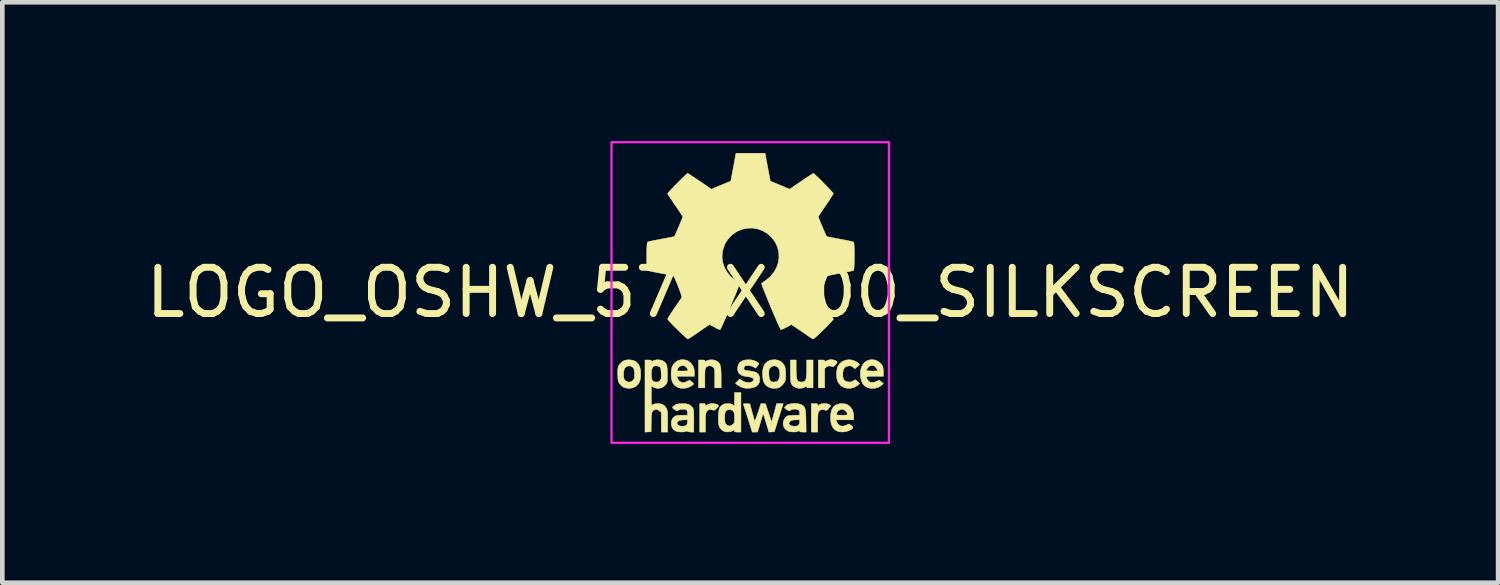
<source format=kicad_pcb>
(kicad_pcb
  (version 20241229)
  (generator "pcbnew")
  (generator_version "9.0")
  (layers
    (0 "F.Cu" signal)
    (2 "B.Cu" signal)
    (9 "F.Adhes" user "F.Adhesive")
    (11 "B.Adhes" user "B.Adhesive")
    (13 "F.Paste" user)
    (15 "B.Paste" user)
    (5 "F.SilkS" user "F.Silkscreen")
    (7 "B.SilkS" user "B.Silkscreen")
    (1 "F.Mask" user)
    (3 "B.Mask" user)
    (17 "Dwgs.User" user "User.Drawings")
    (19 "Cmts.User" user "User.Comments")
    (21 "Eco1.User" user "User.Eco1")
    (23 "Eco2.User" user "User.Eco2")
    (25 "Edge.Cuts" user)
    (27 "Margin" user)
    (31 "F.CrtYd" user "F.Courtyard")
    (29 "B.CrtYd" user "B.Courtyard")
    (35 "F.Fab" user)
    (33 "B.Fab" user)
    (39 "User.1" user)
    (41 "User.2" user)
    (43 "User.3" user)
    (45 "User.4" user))
  (footprint "LOGO_OSHW_570X600_SILKSCREEN"
    (layer "F.Cu")
    (at 13.173 3.275)
    (property "Reference" "LOGO_OSHW_570X600_SILKSCREEN" (at 0 0 0) (layer "F.SilkS") (effects (font (size 1 1) (thickness 0.15))))
    (attr exclude_from_pos_files exclude_from_bom)
    (fp_poly (pts (xy 1.799 1.458) (xy 1.843 1.471) (xy 1.871 1.488) (xy 1.88 1.501) (xy 1.877 1.517) (xy 1.861 1.541) (xy 1.847 1.559) (xy 1.819 1.59) (xy 1.798 1.604) (xy 1.78 1.603) (xy 1.726 1.589) (xy 1.687 1.59) (xy 1.655 1.605) (xy 1.644 1.614) (xy 1.61 1.646) (xy 1.61 2.062) (xy 1.471 2.062) (xy 1.471 1.459) (xy 1.54 1.459) (xy 1.582 1.46) (xy 1.603 1.466) (xy 1.61 1.477) (xy 1.61 1.478) (xy 1.612 1.49) (xy 1.626 1.488) (xy 1.644 1.48) (xy 1.682 1.464) (xy 1.713 1.454) (xy 1.753 1.451) (xy 1.799 1.458)) (stroke (width 0.01) (type solid)) (fill yes) (layer "F.SilkS"))
    (fp_poly (pts (xy 1.635 2.401) (xy 1.684 2.411) (xy 1.711 2.425) (xy 1.74 2.449) (xy 1.699 2.501) (xy 1.673 2.532) (xy 1.656 2.547) (xy 1.639 2.55) (xy 1.614 2.542) (xy 1.602 2.538) (xy 1.554 2.532) (xy 1.51 2.545) (xy 1.478 2.576) (xy 1.473 2.585) (xy 1.467 2.611) (xy 1.463 2.659) (xy 1.46 2.725) (xy 1.459 2.806) (xy 1.459 2.817) (xy 1.459 3.018) (xy 1.32 3.018) (xy 1.32 2.402) (xy 1.389 2.402) (xy 1.429 2.403) (xy 1.45 2.407) (xy 1.458 2.418) (xy 1.459 2.428) (xy 1.459 2.454) (xy 1.492 2.428) (xy 1.53 2.41) (xy 1.581 2.401) (xy 1.635 2.401)) (stroke (width 0.01) (type solid)) (fill yes) (layer "F.SilkS"))
    (fp_poly (pts (xy -0.993 2.403) (xy -0.975 2.409) (xy -0.968 2.421) (xy -0.968 2.427) (xy -0.967 2.442) (xy -0.96 2.445) (xy -0.939 2.434) (xy -0.927 2.427) (xy -0.889 2.411) (xy -0.844 2.403) (xy -0.797 2.403) (xy -0.752 2.409) (xy -0.716 2.42) (xy -0.693 2.436) (xy -0.688 2.456) (xy -0.69 2.462) (xy -0.707 2.485) (xy -0.733 2.513) (xy -0.738 2.517) (xy -0.762 2.538) (xy -0.784 2.545) (xy -0.814 2.54) (xy -0.826 2.537) (xy -0.863 2.529) (xy -0.889 2.533) (xy -0.911 2.545) (xy -0.931 2.561) (xy -0.946 2.581) (xy -0.956 2.609) (xy -0.963 2.648) (xy -0.967 2.704) (xy -0.968 2.779) (xy -0.968 2.824) (xy -0.968 3.018) (xy -1.094 3.018) (xy -1.094 2.402) (xy -1.031 2.402) (xy -0.993 2.403)) (stroke (width 0.01) (type solid)) (fill yes) (layer "F.SilkS"))
    (fp_poly (pts (xy 0.993 1.654) (xy 0.995 1.747) (xy 0.999 1.817) (xy 1.008 1.867) (xy 1.022 1.902) (xy 1.042 1.923) (xy 1.071 1.933) (xy 1.107 1.936) (xy 1.144 1.933) (xy 1.172 1.922) (xy 1.192 1.9) (xy 1.206 1.865) (xy 1.214 1.814) (xy 1.219 1.742) (xy 1.22 1.654) (xy 1.22 1.459) (xy 1.358 1.459) (xy 1.358 2.062) (xy 1.289 2.062) (xy 1.247 2.06) (xy 1.226 2.055) (xy 1.22 2.043) (xy 1.216 2.033) (xy 1.202 2.035) (xy 1.173 2.05) (xy 1.106 2.071) (xy 1.036 2.07) (xy 0.968 2.046) (xy 0.936 2.027) (xy 0.912 2.007) (xy 0.894 1.982) (xy 0.881 1.947) (xy 0.874 1.901) (xy 0.87 1.839) (xy 0.868 1.758) (xy 0.868 1.695) (xy 0.868 1.459) (xy 0.993 1.459) (xy 0.993 1.654)) (stroke (width 0.01) (type solid)) (fill yes) (layer "F.SilkS"))
    (fp_poly (pts (xy -0.754 1.469) (xy -0.723 1.484) (xy -0.692 1.506) (xy -0.669 1.53) (xy -0.652 1.562) (xy -0.641 1.604) (xy -0.634 1.66) (xy -0.63 1.734) (xy -0.629 1.829) (xy -0.629 1.839) (xy -0.629 2.062) (xy -0.767 2.062) (xy -0.767 1.856) (xy -0.767 1.78) (xy -0.768 1.725) (xy -0.77 1.687) (xy -0.773 1.661) (xy -0.779 1.643) (xy -0.788 1.63) (xy -0.8 1.618) (xy -0.843 1.59) (xy -0.89 1.585) (xy -0.934 1.602) (xy -0.95 1.615) (xy -0.961 1.627) (xy -0.969 1.641) (xy -0.975 1.659) (xy -0.978 1.686) (xy -0.98 1.726) (xy -0.981 1.784) (xy -0.981 1.854) (xy -0.981 2.062) (xy -1.119 2.062) (xy -1.119 1.459) (xy -1.05 1.459) (xy -1.008 1.46) (xy -0.987 1.466) (xy -0.981 1.477) (xy -0.981 1.478) (xy -0.978 1.489) (xy -0.965 1.488) (xy -0.94 1.475) (xy -0.883 1.457) (xy -0.817 1.455) (xy -0.754 1.469)) (stroke (width 0.01) (type solid)) (fill yes) (layer "F.SilkS"))
    (fp_poly (pts (xy 2.217 1.464) (xy 2.29 1.495) (xy 2.313 1.51) (xy 2.342 1.533) (xy 2.361 1.551) (xy 2.364 1.557) (xy 2.355 1.57) (xy 2.332 1.593) (xy 2.313 1.608) (xy 2.263 1.649) (xy 2.223 1.615) (xy 2.192 1.594) (xy 2.162 1.586) (xy 2.127 1.588) (xy 2.073 1.602) (xy 2.035 1.63) (xy 2.012 1.675) (xy 2.002 1.741) (xy 2.002 1.741) (xy 2.002 1.815) (xy 2.016 1.869) (xy 2.044 1.906) (xy 2.063 1.918) (xy 2.114 1.934) (xy 2.168 1.934) (xy 2.215 1.919) (xy 2.226 1.911) (xy 2.253 1.893) (xy 2.275 1.889) (xy 2.299 1.903) (xy 2.325 1.929) (xy 2.366 1.971) (xy 2.32 2.008) (xy 2.25 2.051) (xy 2.17 2.072) (xy 2.087 2.07) (xy 2.033 2.056) (xy 1.969 2.022) (xy 1.918 1.968) (xy 1.895 1.93) (xy 1.876 1.876) (xy 1.867 1.806) (xy 1.867 1.731) (xy 1.876 1.659) (xy 1.894 1.599) (xy 1.897 1.593) (xy 1.94 1.532) (xy 1.998 1.488) (xy 2.067 1.461) (xy 2.141 1.453) (xy 2.217 1.464)) (stroke (width 0.01) (type solid)) (fill yes) (layer "F.SilkS"))
    (fp_poly (pts (xy 0.611 1.466) (xy 0.674 1.501) (xy 0.724 1.555) (xy 0.748 1.6) (xy 0.758 1.639) (xy 0.764 1.695) (xy 0.767 1.76) (xy 0.766 1.824) (xy 0.761 1.881) (xy 0.755 1.912) (xy 0.734 1.953) (xy 0.698 1.997) (xy 0.656 2.036) (xy 0.613 2.061) (xy 0.612 2.061) (xy 0.56 2.072) (xy 0.497 2.073) (xy 0.438 2.063) (xy 0.415 2.055) (xy 0.356 2.021) (xy 0.314 1.978) (xy 0.286 1.92) (xy 0.271 1.844) (xy 0.267 1.804) (xy 0.268 1.754) (xy 0.402 1.754) (xy 0.407 1.827) (xy 0.42 1.882) (xy 0.441 1.918) (xy 0.456 1.928) (xy 0.493 1.935) (xy 0.539 1.933) (xy 0.577 1.923) (xy 0.588 1.917) (xy 0.615 1.885) (xy 0.632 1.835) (xy 0.64 1.774) (xy 0.636 1.708) (xy 0.628 1.669) (xy 0.604 1.624) (xy 0.567 1.595) (xy 0.522 1.586) (xy 0.475 1.596) (xy 0.439 1.621) (xy 0.42 1.642) (xy 0.409 1.662) (xy 0.404 1.69) (xy 0.402 1.733) (xy 0.402 1.754) (xy 0.268 1.754) (xy 0.268 1.698) (xy 0.285 1.611) (xy 0.319 1.543) (xy 0.369 1.494) (xy 0.435 1.464) (xy 0.45 1.46) (xy 0.535 1.452) (xy 0.611 1.466)) (stroke (width 0.01) (type solid)) (fill yes) (layer "F.SilkS"))
    (fp_poly (pts (xy 0.282 2.404) (xy 0.331 2.408) (xy 0.461 2.798) (xy 0.482 2.729) (xy 0.494 2.686) (xy 0.51 2.628) (xy 0.528 2.565) (xy 0.537 2.531) (xy 0.571 2.402) (xy 0.714 2.402) (xy 0.672 2.537) (xy 0.651 2.603) (xy 0.625 2.684) (xy 0.599 2.767) (xy 0.575 2.842) (xy 0.521 3.012) (xy 0.463 3.015) (xy 0.404 3.019) (xy 0.373 2.915) (xy 0.353 2.85) (xy 0.332 2.778) (xy 0.313 2.715) (xy 0.313 2.713) (xy 0.299 2.67) (xy 0.286 2.641) (xy 0.278 2.63) (xy 0.276 2.631) (xy 0.27 2.648) (xy 0.258 2.685) (xy 0.242 2.736) (xy 0.224 2.798) (xy 0.214 2.832) (xy 0.159 3.018) (xy 0.043 3.018) (xy -0.049 2.725) (xy -0.075 2.643) (xy -0.099 2.569) (xy -0.119 2.506) (xy -0.135 2.457) (xy -0.145 2.426) (xy -0.148 2.417) (xy -0.146 2.407) (xy -0.127 2.403) (xy -0.087 2.404) (xy -0.081 2.404) (xy -0.008 2.408) (xy 0.04 2.584) (xy 0.058 2.648) (xy 0.073 2.705) (xy 0.086 2.748) (xy 0.094 2.775) (xy 0.095 2.779) (xy 0.101 2.774) (xy 0.113 2.749) (xy 0.13 2.706) (xy 0.15 2.65) (xy 0.167 2.599) (xy 0.232 2.401) (xy 0.282 2.404)) (stroke (width 0.01) (type solid)) (fill yes) (layer "F.SilkS"))
    (fp_poly (pts (xy -2.538 1.465) (xy -2.472 1.494) (xy -2.423 1.543) (xy -2.388 1.611) (xy -2.37 1.699) (xy -2.369 1.712) (xy -2.368 1.809) (xy -2.381 1.894) (xy -2.408 1.962) (xy -2.423 1.984) (xy -2.473 2.031) (xy -2.538 2.061) (xy -2.61 2.074) (xy -2.683 2.067) (xy -2.739 2.048) (xy -2.787 2.015) (xy -2.826 1.971) (xy -2.827 1.97) (xy -2.843 1.943) (xy -2.853 1.916) (xy -2.86 1.882) (xy -2.863 1.834) (xy -2.865 1.795) (xy -2.866 1.759) (xy -2.74 1.759) (xy -2.739 1.795) (xy -2.734 1.842) (xy -2.726 1.872) (xy -2.712 1.894) (xy -2.699 1.907) (xy -2.652 1.933) (xy -2.603 1.937) (xy -2.557 1.918) (xy -2.534 1.896) (xy -2.517 1.875) (xy -2.507 1.854) (xy -2.503 1.828) (xy -2.503 1.788) (xy -2.504 1.751) (xy -2.507 1.698) (xy -2.512 1.664) (xy -2.52 1.641) (xy -2.533 1.624) (xy -2.544 1.615) (xy -2.589 1.589) (xy -2.637 1.588) (xy -2.678 1.603) (xy -2.713 1.635) (xy -2.733 1.687) (xy -2.74 1.759) (xy -2.866 1.759) (xy -2.866 1.717) (xy -2.864 1.658) (xy -2.856 1.614) (xy -2.843 1.579) (xy -2.822 1.549) (xy -2.814 1.539) (xy -2.766 1.494) (xy -2.714 1.467) (xy -2.651 1.456) (xy -2.62 1.455) (xy -2.538 1.465)) (stroke (width 0.01) (type solid)) (fill yes) (layer "F.SilkS"))
    (fp_poly (pts (xy -0.201 3.018) (xy -0.27 3.018) (xy -0.31 3.017) (xy -0.331 3.012) (xy -0.339 3.001) (xy -0.34 2.994) (xy -0.341 2.98) (xy -0.349 2.977) (xy -0.37 2.986) (xy -0.386 2.994) (xy -0.449 3.014) (xy -0.517 3.015) (xy -0.573 3) (xy -0.624 2.965) (xy -0.664 2.913) (xy -0.685 2.851) (xy -0.686 2.848) (xy -0.689 2.811) (xy -0.691 2.757) (xy -0.691 2.716) (xy -0.553 2.716) (xy -0.55 2.77) (xy -0.543 2.815) (xy -0.533 2.84) (xy -0.496 2.874) (xy -0.452 2.887) (xy -0.407 2.877) (xy -0.368 2.847) (xy -0.353 2.827) (xy -0.345 2.803) (xy -0.34 2.768) (xy -0.34 2.716) (xy -0.341 2.664) (xy -0.346 2.619) (xy -0.353 2.588) (xy -0.354 2.585) (xy -0.38 2.553) (xy -0.42 2.535) (xy -0.463 2.532) (xy -0.504 2.545) (xy -0.534 2.573) (xy -0.537 2.578) (xy -0.547 2.612) (xy -0.552 2.661) (xy -0.553 2.716) (xy -0.691 2.716) (xy -0.691 2.696) (xy -0.69 2.663) (xy -0.684 2.581) (xy -0.671 2.52) (xy -0.649 2.474) (xy -0.618 2.441) (xy -0.587 2.421) (xy -0.544 2.407) (xy -0.491 2.402) (xy -0.436 2.406) (xy -0.39 2.418) (xy -0.365 2.433) (xy -0.34 2.456) (xy -0.34 2.163) (xy -0.201 2.163) (xy -0.201 3.018)) (stroke (width 0.01) (type solid)) (fill yes) (layer "F.SilkS"))
    (fp_poly (pts (xy 2.678 1.456) (xy 2.71 1.464) (xy 2.772 1.493) (xy 2.825 1.537) (xy 2.861 1.589) (xy 2.866 1.601) (xy 2.873 1.632) (xy 2.878 1.677) (xy 2.88 1.723) (xy 2.88 1.811) (xy 2.697 1.811) (xy 2.622 1.811) (xy 2.569 1.813) (xy 2.535 1.817) (xy 2.518 1.826) (xy 2.514 1.84) (xy 2.521 1.86) (xy 2.533 1.884) (xy 2.566 1.925) (xy 2.612 1.945) (xy 2.669 1.944) (xy 2.733 1.922) (xy 2.788 1.895) (xy 2.834 1.932) (xy 2.88 1.968) (xy 2.837 2.008) (xy 2.779 2.046) (xy 2.708 2.068) (xy 2.632 2.075) (xy 2.558 2.063) (xy 2.546 2.059) (xy 2.481 2.026) (xy 2.433 1.975) (xy 2.4 1.906) (xy 2.382 1.818) (xy 2.382 1.816) (xy 2.381 1.72) (xy 2.387 1.686) (xy 2.515 1.686) (xy 2.527 1.691) (xy 2.558 1.695) (xy 2.605 1.697) (xy 2.635 1.698) (xy 2.691 1.697) (xy 2.725 1.696) (xy 2.744 1.692) (xy 2.75 1.685) (xy 2.748 1.674) (xy 2.747 1.669) (xy 2.724 1.627) (xy 2.689 1.594) (xy 2.658 1.579) (xy 2.616 1.58) (xy 2.574 1.598) (xy 2.539 1.629) (xy 2.518 1.666) (xy 2.515 1.686) (xy 2.387 1.686) (xy 2.397 1.635) (xy 2.429 1.564) (xy 2.475 1.509) (xy 2.533 1.471) (xy 2.601 1.453) (xy 2.678 1.456)) (stroke (width 0.01) (type solid)) (fill yes) (layer "F.SilkS"))
    (fp_poly (pts (xy 0.014 1.456) (xy 0.062 1.465) (xy 0.111 1.484) (xy 0.116 1.487) (xy 0.154 1.506) (xy 0.18 1.525) (xy 0.188 1.537) (xy 0.18 1.556) (xy 0.161 1.584) (xy 0.152 1.594) (xy 0.117 1.636) (xy 0.071 1.609) (xy 0.027 1.591) (xy -0.023 1.581) (xy -0.071 1.581) (xy -0.109 1.59) (xy -0.117 1.595) (xy -0.135 1.621) (xy -0.137 1.651) (xy -0.124 1.674) (xy -0.116 1.679) (xy -0.094 1.684) (xy -0.054 1.691) (xy -0.005 1.697) (xy 0.004 1.698) (xy 0.083 1.712) (xy 0.14 1.735) (xy 0.178 1.77) (xy 0.199 1.818) (xy 0.206 1.878) (xy 0.197 1.945) (xy 0.167 1.998) (xy 0.117 2.037) (xy 0.047 2.061) (xy -0.031 2.071) (xy -0.095 2.071) (xy -0.147 2.062) (xy -0.182 2.05) (xy -0.227 2.029) (xy -0.268 2.005) (xy -0.283 1.994) (xy -0.321 1.963) (xy -0.275 1.917) (xy -0.23 1.871) (xy -0.178 1.905) (xy -0.126 1.931) (xy -0.071 1.944) (xy -0.017 1.946) (xy 0.028 1.935) (xy 0.06 1.914) (xy 0.07 1.895) (xy 0.069 1.865) (xy 0.043 1.843) (xy -0.007 1.827) (xy -0.061 1.82) (xy -0.145 1.806) (xy -0.207 1.78) (xy -0.248 1.741) (xy -0.27 1.688) (xy -0.273 1.625) (xy -0.258 1.56) (xy -0.225 1.51) (xy -0.171 1.476) (xy -0.099 1.458) (xy -0.045 1.455) (xy 0.014 1.456)) (stroke (width 0.01) (type solid)) (fill yes) (layer "F.SilkS"))
    (fp_poly (pts (xy 2.033 2.405) (xy 2.093 2.421) (xy 2.143 2.453) (xy 2.167 2.477) (xy 2.207 2.534) (xy 2.23 2.6) (xy 2.238 2.681) (xy 2.238 2.688) (xy 2.238 2.754) (xy 1.858 2.754) (xy 1.866 2.788) (xy 1.881 2.82) (xy 1.907 2.852) (xy 1.912 2.857) (xy 1.958 2.886) (xy 2.01 2.89) (xy 2.071 2.872) (xy 2.081 2.867) (xy 2.112 2.852) (xy 2.133 2.843) (xy 2.137 2.842) (xy 2.15 2.85) (xy 2.174 2.869) (xy 2.187 2.879) (xy 2.212 2.903) (xy 2.221 2.919) (xy 2.215 2.934) (xy 2.212 2.938) (xy 2.191 2.955) (xy 2.156 2.976) (xy 2.131 2.988) (xy 2.062 3.01) (xy 1.985 3.017) (xy 1.913 3.009) (xy 1.892 3.003) (xy 1.829 2.969) (xy 1.783 2.917) (xy 1.752 2.846) (xy 1.737 2.757) (xy 1.736 2.71) (xy 1.74 2.641) (xy 1.861 2.641) (xy 1.873 2.646) (xy 1.904 2.65) (xy 1.95 2.653) (xy 1.98 2.653) (xy 2.036 2.653) (xy 2.071 2.651) (xy 2.09 2.647) (xy 2.098 2.639) (xy 2.1 2.628) (xy 2.089 2.594) (xy 2.062 2.561) (xy 2.026 2.535) (xy 1.991 2.525) (xy 1.942 2.534) (xy 1.9 2.561) (xy 1.871 2.6) (xy 1.861 2.641) (xy 1.74 2.641) (xy 1.743 2.61) (xy 1.764 2.531) (xy 1.8 2.471) (xy 1.852 2.431) (xy 1.92 2.408) (xy 1.957 2.404) (xy 2.033 2.405)) (stroke (width 0.01) (type solid)) (fill yes) (layer "F.SilkS"))
    (fp_poly (pts (xy -1.357 1.473) (xy -1.344 1.479) (xy -1.301 1.51) (xy -1.26 1.557) (xy -1.229 1.608) (xy -1.22 1.631) (xy -1.213 1.673) (xy -1.208 1.724) (xy -1.207 1.745) (xy -1.207 1.811) (xy -1.587 1.811) (xy -1.579 1.845) (xy -1.559 1.886) (xy -1.524 1.922) (xy -1.483 1.944) (xy -1.457 1.949) (xy -1.421 1.943) (xy -1.378 1.929) (xy -1.364 1.922) (xy -1.31 1.896) (xy -1.265 1.93) (xy -1.238 1.954) (xy -1.224 1.973) (xy -1.223 1.979) (xy -1.236 1.993) (xy -1.263 2.014) (xy -1.288 2.03) (xy -1.356 2.06) (xy -1.431 2.073) (xy -1.506 2.07) (xy -1.565 2.052) (xy -1.627 2.013) (xy -1.671 1.962) (xy -1.698 1.895) (xy -1.71 1.811) (xy -1.711 1.773) (xy -1.707 1.685) (xy -1.706 1.682) (xy -1.581 1.682) (xy -1.577 1.691) (xy -1.563 1.695) (xy -1.533 1.697) (xy -1.485 1.698) (xy -1.466 1.698) (xy -1.408 1.697) (xy -1.372 1.694) (xy -1.353 1.689) (xy -1.346 1.681) (xy -1.345 1.679) (xy -1.353 1.658) (xy -1.373 1.63) (xy -1.382 1.62) (xy -1.413 1.591) (xy -1.446 1.58) (xy -1.464 1.579) (xy -1.512 1.591) (xy -1.552 1.622) (xy -1.577 1.668) (xy -1.578 1.669) (xy -1.581 1.682) (xy -1.706 1.682) (xy -1.692 1.616) (xy -1.666 1.56) (xy -1.634 1.521) (xy -1.574 1.478) (xy -1.504 1.455) (xy -1.43 1.453) (xy -1.357 1.473)) (stroke (width 0.01) (type solid)) (fill yes) (layer "F.SilkS"))
    (fp_poly (pts (xy 1.038 2.405) (xy 1.091 2.418) (xy 1.107 2.425) (xy 1.136 2.443) (xy 1.159 2.463) (xy 1.176 2.489) (xy 1.188 2.524) (xy 1.196 2.572) (xy 1.201 2.636) (xy 1.204 2.72) (xy 1.205 2.776) (xy 1.209 3.018) (xy 1.139 3.018) (xy 1.096 3.016) (xy 1.074 3.01) (xy 1.069 3) (xy 1.066 2.989) (xy 1.052 2.991) (xy 1.034 3) (xy 0.989 3.013) (xy 0.93 3.017) (xy 0.868 3.011) (xy 0.814 2.996) (xy 0.809 2.993) (xy 0.759 2.958) (xy 0.726 2.909) (xy 0.711 2.852) (xy 0.712 2.832) (xy 0.836 2.832) (xy 0.846 2.859) (xy 0.879 2.879) (xy 0.931 2.89) (xy 0.959 2.891) (xy 1.005 2.888) (xy 1.036 2.874) (xy 1.044 2.867) (xy 1.064 2.831) (xy 1.069 2.798) (xy 1.069 2.754) (xy 1.008 2.754) (xy 0.936 2.757) (xy 0.886 2.769) (xy 0.855 2.789) (xy 0.848 2.798) (xy 0.836 2.832) (xy 0.712 2.832) (xy 0.714 2.792) (xy 0.737 2.735) (xy 0.768 2.697) (xy 0.786 2.68) (xy 0.805 2.669) (xy 0.829 2.662) (xy 0.864 2.658) (xy 0.917 2.656) (xy 0.938 2.655) (xy 1.069 2.651) (xy 1.069 2.611) (xy 1.064 2.569) (xy 1.045 2.544) (xy 1.008 2.528) (xy 1.007 2.528) (xy 0.954 2.521) (xy 0.903 2.53) (xy 0.865 2.55) (xy 0.849 2.56) (xy 0.833 2.558) (xy 0.807 2.544) (xy 0.792 2.534) (xy 0.763 2.512) (xy 0.745 2.496) (xy 0.742 2.491) (xy 0.754 2.467) (xy 0.789 2.438) (xy 0.805 2.428) (xy 0.849 2.412) (xy 0.908 2.402) (xy 0.974 2.4) (xy 1.038 2.405)) (stroke (width 0.01) (type solid)) (fill yes) (layer "F.SilkS"))
    (fp_poly (pts (xy -1.384 2.407) (xy -1.325 2.422) (xy -1.28 2.451) (xy -1.248 2.488) (xy -1.238 2.504) (xy -1.231 2.521) (xy -1.226 2.543) (xy -1.223 2.573) (xy -1.221 2.615) (xy -1.22 2.674) (xy -1.22 2.753) (xy -1.22 2.774) (xy -1.22 3.018) (xy -1.28 3.018) (xy -1.319 3.015) (xy -1.347 3.008) (xy -1.354 3.004) (xy -1.374 2.997) (xy -1.394 3.004) (xy -1.426 3.013) (xy -1.474 3.017) (xy -1.527 3.015) (xy -1.575 3.009) (xy -1.603 3) (xy -1.658 2.965) (xy -1.692 2.916) (xy -1.707 2.852) (xy -1.707 2.85) (xy -1.706 2.822) (xy -1.584 2.822) (xy -1.574 2.854) (xy -1.556 2.873) (xy -1.522 2.886) (xy -1.476 2.892) (xy -1.429 2.889) (xy -1.392 2.878) (xy -1.381 2.871) (xy -1.363 2.839) (xy -1.358 2.802) (xy -1.358 2.754) (xy -1.428 2.754) (xy -1.494 2.759) (xy -1.544 2.773) (xy -1.575 2.796) (xy -1.584 2.822) (xy -1.706 2.822) (xy -1.704 2.78) (xy -1.681 2.724) (xy -1.637 2.682) (xy -1.631 2.678) (xy -1.605 2.665) (xy -1.573 2.658) (xy -1.528 2.654) (xy -1.474 2.653) (xy -1.358 2.653) (xy -1.358 2.604) (xy -1.363 2.567) (xy -1.376 2.541) (xy -1.377 2.54) (xy -1.405 2.529) (xy -1.447 2.525) (xy -1.494 2.527) (xy -1.535 2.535) (xy -1.56 2.547) (xy -1.573 2.557) (xy -1.587 2.559) (xy -1.607 2.551) (xy -1.636 2.531) (xy -1.68 2.497) (xy -1.684 2.494) (xy -1.682 2.482) (xy -1.665 2.463) (xy -1.638 2.441) (xy -1.61 2.423) (xy -1.6 2.419) (xy -1.567 2.41) (xy -1.519 2.404) (xy -1.465 2.402) (xy -1.462 2.402) (xy -1.384 2.407)) (stroke (width 0.01) (type solid)) (fill yes) (layer "F.SilkS"))
    (fp_poly (pts (xy -1.909 1.469) (xy -1.882 1.482) (xy -1.85 1.505) (xy -1.826 1.53) (xy -1.809 1.561) (xy -1.799 1.603) (xy -1.794 1.66) (xy -1.792 1.736) (xy -1.792 1.769) (xy -1.792 1.841) (xy -1.794 1.892) (xy -1.796 1.927) (xy -1.802 1.952) (xy -1.81 1.97) (xy -1.818 1.982) (xy -1.87 2.034) (xy -1.932 2.065) (xy -1.999 2.075) (xy -2.066 2.061) (xy -2.087 2.051) (xy -2.138 2.025) (xy -2.138 2.44) (xy -2.101 2.421) (xy -2.052 2.406) (xy -1.992 2.402) (xy -1.932 2.409) (xy -1.886 2.425) (xy -1.849 2.455) (xy -1.817 2.498) (xy -1.814 2.502) (xy -1.804 2.523) (xy -1.797 2.544) (xy -1.791 2.57) (xy -1.788 2.604) (xy -1.786 2.651) (xy -1.786 2.715) (xy -1.786 2.787) (xy -1.786 3.018) (xy -1.924 3.018) (xy -1.924 2.593) (xy -1.963 2.56) (xy -2.003 2.534) (xy -2.041 2.529) (xy -2.079 2.541) (xy -2.099 2.553) (xy -2.115 2.57) (xy -2.125 2.596) (xy -2.133 2.634) (xy -2.137 2.688) (xy -2.14 2.761) (xy -2.141 2.81) (xy -2.144 3.012) (xy -2.21 3.015) (xy -2.276 3.019) (xy -2.276 1.771) (xy -2.138 1.771) (xy -2.134 1.84) (xy -2.122 1.889) (xy -2.1 1.919) (xy -2.066 1.933) (xy -2.031 1.936) (xy -1.991 1.933) (xy -1.965 1.92) (xy -1.949 1.902) (xy -1.936 1.883) (xy -1.928 1.862) (xy -1.925 1.832) (xy -1.925 1.787) (xy -1.926 1.75) (xy -1.929 1.694) (xy -1.932 1.657) (xy -1.939 1.633) (xy -1.95 1.617) (xy -1.96 1.608) (xy -2.002 1.589) (xy -2.052 1.585) (xy -2.08 1.592) (xy -2.109 1.616) (xy -2.128 1.664) (xy -2.137 1.734) (xy -2.138 1.771) (xy -2.276 1.771) (xy -2.276 1.459) (xy -2.207 1.459) (xy -2.165 1.46) (xy -2.144 1.466) (xy -2.138 1.477) (xy -2.138 1.478) (xy -2.135 1.489) (xy -2.122 1.488) (xy -2.097 1.475) (xy -2.038 1.457) (xy -1.972 1.455) (xy -1.909 1.469)) (stroke (width 0.01) (type solid)) (fill yes) (layer "F.SilkS"))
    (fp_poly (pts (xy 0.377 -2.71) (xy 0.434 -2.408) (xy 0.853 -2.235) (xy 1.105 -2.407) (xy 1.175 -2.454) (xy 1.239 -2.497) (xy 1.293 -2.532) (xy 1.334 -2.559) (xy 1.36 -2.574) (xy 1.367 -2.578) (xy 1.379 -2.569) (xy 1.406 -2.545) (xy 1.444 -2.509) (xy 1.491 -2.464) (xy 1.542 -2.413) (xy 1.596 -2.358) (xy 1.649 -2.304) (xy 1.698 -2.253) (xy 1.741 -2.208) (xy 1.773 -2.172) (xy 1.793 -2.148) (xy 1.798 -2.14) (xy 1.791 -2.125) (xy 1.772 -2.093) (xy 1.742 -2.047) (xy 1.705 -1.989) (xy 1.66 -1.923) (xy 1.635 -1.886) (xy 1.588 -1.817) (xy 1.546 -1.755) (xy 1.512 -1.703) (xy 1.487 -1.664) (xy 1.473 -1.641) (xy 1.471 -1.636) (xy 1.476 -1.622) (xy 1.489 -1.59) (xy 1.508 -1.544) (xy 1.531 -1.488) (xy 1.557 -1.427) (xy 1.583 -1.366) (xy 1.607 -1.31) (xy 1.628 -1.262) (xy 1.643 -1.228) (xy 1.651 -1.211) (xy 1.652 -1.211) (xy 1.665 -1.208) (xy 1.699 -1.201) (xy 1.75 -1.191) (xy 1.816 -1.178) (xy 1.893 -1.163) (xy 1.937 -1.155) (xy 2.019 -1.14) (xy 2.093 -1.125) (xy 2.155 -1.112) (xy 2.202 -1.101) (xy 2.23 -1.093) (xy 2.235 -1.091) (xy 2.241 -1.074) (xy 2.245 -1.037) (xy 2.248 -0.983) (xy 2.251 -0.917) (xy 2.252 -0.844) (xy 2.252 -0.767) (xy 2.251 -0.691) (xy 2.249 -0.621) (xy 2.246 -0.56) (xy 2.243 -0.514) (xy 2.238 -0.486) (xy 2.235 -0.48) (xy 2.217 -0.473) (xy 2.179 -0.463) (xy 2.127 -0.451) (xy 2.065 -0.439) (xy 2.043 -0.435) (xy 1.938 -0.415) (xy 1.855 -0.4) (xy 1.792 -0.388) (xy 1.745 -0.378) (xy 1.711 -0.37) (xy 1.689 -0.363) (xy 1.676 -0.357) (xy 1.667 -0.351) (xy 1.666 -0.35) (xy 1.655 -0.331) (xy 1.638 -0.294) (xy 1.616 -0.244) (xy 1.592 -0.185) (xy 1.567 -0.121) (xy 1.543 -0.058) (xy 1.522 0.001) (xy 1.505 0.05) (xy 1.494 0.086) (xy 1.492 0.104) (xy 1.492 0.104) (xy 1.501 0.119) (xy 1.523 0.151) (xy 1.554 0.197) (xy 1.593 0.253) (xy 1.637 0.318) (xy 1.649 0.336) (xy 1.694 0.402) (xy 1.733 0.462) (xy 1.765 0.513) (xy 1.787 0.552) (xy 1.798 0.574) (xy 1.798 0.576) (xy 1.789 0.591) (xy 1.765 0.619) (xy 1.729 0.658) (xy 1.683 0.706) (xy 1.632 0.758) (xy 1.577 0.812) (xy 1.523 0.865) (xy 1.472 0.913) (xy 1.427 0.955) (xy 1.391 0.985) (xy 1.368 1.003) (xy 1.362 1.006) (xy 1.347 0.999) (xy 1.316 0.981) (xy 1.275 0.954) (xy 1.244 0.933) (xy 1.187 0.894) (xy 1.119 0.847) (xy 1.051 0.801) (xy 1.014 0.776) (xy 0.891 0.693) (xy 0.787 0.749) (xy 0.74 0.773) (xy 0.7 0.792) (xy 0.672 0.803) (xy 0.665 0.805) (xy 0.657 0.794) (xy 0.641 0.762) (xy 0.617 0.713) (xy 0.588 0.649) (xy 0.555 0.574) (xy 0.518 0.489) (xy 0.48 0.399) (xy 0.441 0.306) (xy 0.402 0.213) (xy 0.365 0.123) (xy 0.331 0.039) (xy 0.301 -0.037) (xy 0.276 -0.1) (xy 0.258 -0.15) (xy 0.248 -0.182) (xy 0.246 -0.193) (xy 0.259 -0.206) (xy 0.288 -0.229) (xy 0.325 -0.256) (xy 0.329 -0.258) (xy 0.426 -0.336) (xy 0.505 -0.427) (xy 0.564 -0.528) (xy 0.603 -0.637) (xy 0.621 -0.749) (xy 0.617 -0.863) (xy 0.591 -0.976) (xy 0.542 -1.084) (xy 0.527 -1.108) (xy 0.452 -1.203) (xy 0.364 -1.28) (xy 0.265 -1.337) (xy 0.158 -1.375) (xy 0.047 -1.393) (xy -0.066 -1.39) (xy -0.176 -1.367) (xy -0.282 -1.322) (xy -0.38 -1.256) (xy -0.41 -1.23) (xy -0.488 -1.145) (xy -0.544 -1.057) (xy -0.582 -0.958) (xy -0.604 -0.86) (xy -0.609 -0.749) (xy -0.591 -0.638) (xy -0.553 -0.531) (xy -0.494 -0.43) (xy -0.418 -0.34) (xy -0.327 -0.264) (xy -0.315 -0.256) (xy -0.277 -0.23) (xy -0.248 -0.207) (xy -0.234 -0.193) (xy -0.234 -0.193) (xy -0.237 -0.177) (xy -0.248 -0.141) (xy -0.268 -0.089) (xy -0.293 -0.023) (xy -0.324 0.055) (xy -0.359 0.14) (xy -0.397 0.231) (xy -0.436 0.325) (xy -0.475 0.417) (xy -0.513 0.506) (xy -0.549 0.589) (xy -0.582 0.662) (xy -0.61 0.724) (xy -0.632 0.77) (xy -0.647 0.797) (xy -0.653 0.805) (xy -0.671 0.799) (xy -0.706 0.784) (xy -0.75 0.762) (xy -0.774 0.749) (xy -0.878 0.693) (xy -1.002 0.776) (xy -1.065 0.819) (xy -1.134 0.866) (xy -1.199 0.911) (xy -1.231 0.933) (xy -1.277 0.963) (xy -1.315 0.988) (xy -1.342 1.003) (xy -1.351 1.006) (xy -1.363 0.997) (xy -1.391 0.974) (xy -1.431 0.937) (xy -1.482 0.891) (xy -1.539 0.836) (xy -1.575 0.801) (xy -1.639 0.739) (xy -1.694 0.683) (xy -1.738 0.636) (xy -1.769 0.601) (xy -1.784 0.579) (xy -1.786 0.575) (xy -1.779 0.558) (xy -1.76 0.524) (xy -1.73 0.476) (xy -1.693 0.419) (xy -1.649 0.354) (xy -1.637 0.336) (xy -1.592 0.27) (xy -1.551 0.211) (xy -1.518 0.162) (xy -1.493 0.126) (xy -1.481 0.107) (xy -1.479 0.104) (xy -1.481 0.089) (xy -1.491 0.055) (xy -1.507 0.006) (xy -1.528 -0.052) (xy -1.552 -0.115) (xy -1.577 -0.178) (xy -1.601 -0.238) (xy -1.623 -0.29) (xy -1.641 -0.328) (xy -1.653 -0.349) (xy -1.654 -0.35) (xy -1.661 -0.356) (xy -1.674 -0.362) (xy -1.694 -0.369) (xy -1.725 -0.376) (xy -1.769 -0.386) (xy -1.829 -0.397) (xy -1.908 -0.412) (xy -2.009 -0.431) (xy -2.03 -0.435) (xy -2.095 -0.447) (xy -2.151 -0.459) (xy -2.194 -0.47) (xy -2.219 -0.478) (xy -2.222 -0.48) (xy -2.228 -0.497) (xy -2.232 -0.534) (xy -2.235 -0.588) (xy -2.238 -0.654) (xy -2.239 -0.728) (xy -2.239 -0.804) (xy -2.239 -0.88) (xy -2.237 -0.95) (xy -2.234 -1.011) (xy -2.23 -1.057) (xy -2.225 -1.085) (xy -2.223 -1.091) (xy -2.206 -1.096) (xy -2.169 -1.106) (xy -2.114 -1.118) (xy -2.045 -1.132) (xy -1.967 -1.147) (xy -1.925 -1.155) (xy -1.844 -1.17) (xy -1.772 -1.184) (xy -1.712 -1.196) (xy -1.668 -1.204) (xy -1.643 -1.21) (xy -1.639 -1.211) (xy -1.633 -1.224) (xy -1.618 -1.256) (xy -1.598 -1.302) (xy -1.574 -1.358) (xy -1.548 -1.418) (xy -1.522 -1.479) (xy -1.498 -1.536) (xy -1.479 -1.584) (xy -1.465 -1.619) (xy -1.459 -1.636) (xy -1.459 -1.637) (xy -1.465 -1.65) (xy -1.485 -1.681) (xy -1.514 -1.727) (xy -1.552 -1.784) (xy -1.596 -1.849) (xy -1.622 -1.886) (xy -1.669 -1.955) (xy -1.71 -2.017) (xy -1.745 -2.07) (xy -1.77 -2.11) (xy -1.784 -2.135) (xy -1.786 -2.14) (xy -1.777 -2.153) (xy -1.754 -2.18) (xy -1.718 -2.219) (xy -1.673 -2.266) (xy -1.623 -2.318) (xy -1.569 -2.373) (xy -1.516 -2.426) (xy -1.465 -2.476) (xy -1.421 -2.519) (xy -1.385 -2.553) (xy -1.362 -2.573) (xy -1.354 -2.578) (xy -1.341 -2.571) (xy -1.311 -2.552) (xy -1.265 -2.522) (xy -1.208 -2.485) (xy -1.142 -2.44) (xy -1.092 -2.407) (xy -0.841 -2.235) (xy -0.631 -2.322) (xy -0.421 -2.408) (xy -0.364 -2.71) (xy -0.308 -3.012) (xy 0.32 -3.012) (xy 0.377 -2.71)) (stroke (width 0.01) (type solid)) (fill yes) (layer "F.SilkS"))
    (fp_rect (start -3 -3.25) (end 3 3.25) (stroke (width 0.05) (type default)) (fill no) (layer "F.CrtYd")))
  (gr_rect
    (start -3 -3)
    (end 29.345 9.55)
    (stroke (width 0.1) (type default))
    (fill no)
    (layer "Edge.Cuts")))
</source>
